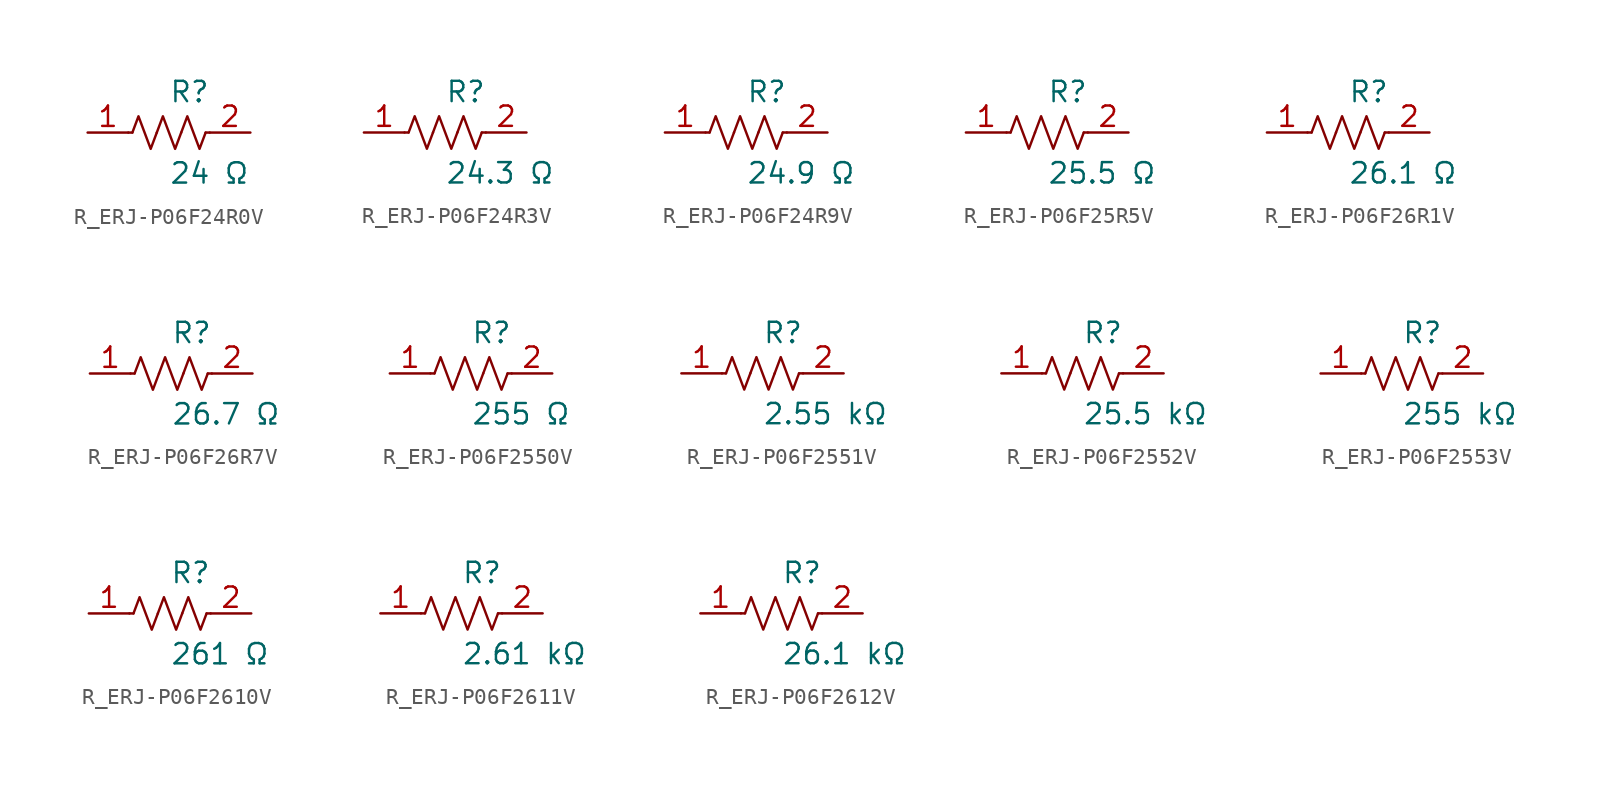
<source format=kicad_sym>
(kicad_symbol_lib
  (version 20231120)
  (generator kicad_symbol_editor)
  (generator_version 8.0)
  (symbol "R_ERJ-P06F24R0V"
    (pin_names
      (offset 0.254))
    (property "Reference" "R"
      (at 0.0 2.54 0)
      (effects (font (size 1.27 1.27)) (justify left)))
    (property "Value" "24 Ω"
      (at 0.0 -2.54 0)
      (effects (font (size 1.27 1.27)) (justify left)))
    (symbol "R_ERJ-P06F24R0V_0_1"
      (polyline (pts (xy 2.286 0) (xy 2.54 0)) (stroke (width 0) (type default)) (fill (type none)))
      (polyline (pts (xy -2.286 0) (xy -2.54 0)) (stroke (width 0) (type default)) (fill (type none)))
      (polyline (pts (xy 0.762 0) (xy 1.143 1.016) (xy 1.524 0) (xy 1.905 -1.016) (xy 2.286 0)) (stroke (width 0) (type default)) (fill (type none)))
      (polyline (pts (xy -0.762 0) (xy -0.381 1.016) (xy 0 0) (xy 0.381 -1.016) (xy 0.762 0)) (stroke (width 0) (type default)) (fill (type none)))
      (polyline (pts (xy -2.286 0) (xy -1.905 1.016) (xy -1.524 0) (xy -1.143 -1.016) (xy -0.762 0)) (stroke (width 0) (type default)) (fill (type none))))
    (pin unspecified line
      (at -5.08 0 0)
      (length 2.54)
      (name "" (effects (font (size 1.27 1.27))))
      (number "1" (effects (font (size 1.27 1.27)))))
    (pin unspecified line
      (at 5.08 0 180)
      (length 2.54)
      (name "" (effects (font (size 1.27 1.27))))
      (number "2" (effects (font (size 1.27 1.27))))))
  (symbol "R_ERJ-P06F24R3V"
    (pin_names
      (offset 0.254))
    (property "Reference" "R"
      (at 0.0 2.54 0)
      (effects (font (size 1.27 1.27)) (justify left)))
    (property "Value" "24.3 Ω"
      (at 0.0 -2.54 0)
      (effects (font (size 1.27 1.27)) (justify left)))
    (symbol "R_ERJ-P06F24R3V_0_1"
      (polyline (pts (xy 2.286 0) (xy 2.54 0)) (stroke (width 0) (type default)) (fill (type none)))
      (polyline (pts (xy -2.286 0) (xy -2.54 0)) (stroke (width 0) (type default)) (fill (type none)))
      (polyline (pts (xy 0.762 0) (xy 1.143 1.016) (xy 1.524 0) (xy 1.905 -1.016) (xy 2.286 0)) (stroke (width 0) (type default)) (fill (type none)))
      (polyline (pts (xy -0.762 0) (xy -0.381 1.016) (xy 0 0) (xy 0.381 -1.016) (xy 0.762 0)) (stroke (width 0) (type default)) (fill (type none)))
      (polyline (pts (xy -2.286 0) (xy -1.905 1.016) (xy -1.524 0) (xy -1.143 -1.016) (xy -0.762 0)) (stroke (width 0) (type default)) (fill (type none))))
    (pin unspecified line
      (at -5.08 0 0)
      (length 2.54)
      (name "" (effects (font (size 1.27 1.27))))
      (number "1" (effects (font (size 1.27 1.27)))))
    (pin unspecified line
      (at 5.08 0 180)
      (length 2.54)
      (name "" (effects (font (size 1.27 1.27))))
      (number "2" (effects (font (size 1.27 1.27))))))
  (symbol "R_ERJ-P06F24R9V"
    (pin_names
      (offset 0.254))
    (property "Reference" "R"
      (at 0.0 2.54 0)
      (effects (font (size 1.27 1.27)) (justify left)))
    (property "Value" "24.9 Ω"
      (at 0.0 -2.54 0)
      (effects (font (size 1.27 1.27)) (justify left)))
    (symbol "R_ERJ-P06F24R9V_0_1"
      (polyline (pts (xy 2.286 0) (xy 2.54 0)) (stroke (width 0) (type default)) (fill (type none)))
      (polyline (pts (xy -2.286 0) (xy -2.54 0)) (stroke (width 0) (type default)) (fill (type none)))
      (polyline (pts (xy 0.762 0) (xy 1.143 1.016) (xy 1.524 0) (xy 1.905 -1.016) (xy 2.286 0)) (stroke (width 0) (type default)) (fill (type none)))
      (polyline (pts (xy -0.762 0) (xy -0.381 1.016) (xy 0 0) (xy 0.381 -1.016) (xy 0.762 0)) (stroke (width 0) (type default)) (fill (type none)))
      (polyline (pts (xy -2.286 0) (xy -1.905 1.016) (xy -1.524 0) (xy -1.143 -1.016) (xy -0.762 0)) (stroke (width 0) (type default)) (fill (type none))))
    (pin unspecified line
      (at -5.08 0 0)
      (length 2.54)
      (name "" (effects (font (size 1.27 1.27))))
      (number "1" (effects (font (size 1.27 1.27)))))
    (pin unspecified line
      (at 5.08 0 180)
      (length 2.54)
      (name "" (effects (font (size 1.27 1.27))))
      (number "2" (effects (font (size 1.27 1.27))))))
  (symbol "R_ERJ-P06F25R5V"
    (pin_names
      (offset 0.254))
    (property "Reference" "R"
      (at 0.0 2.54 0)
      (effects (font (size 1.27 1.27)) (justify left)))
    (property "Value" "25.5 Ω"
      (at 0.0 -2.54 0)
      (effects (font (size 1.27 1.27)) (justify left)))
    (symbol "R_ERJ-P06F25R5V_0_1"
      (polyline (pts (xy 2.286 0) (xy 2.54 0)) (stroke (width 0) (type default)) (fill (type none)))
      (polyline (pts (xy -2.286 0) (xy -2.54 0)) (stroke (width 0) (type default)) (fill (type none)))
      (polyline (pts (xy 0.762 0) (xy 1.143 1.016) (xy 1.524 0) (xy 1.905 -1.016) (xy 2.286 0)) (stroke (width 0) (type default)) (fill (type none)))
      (polyline (pts (xy -0.762 0) (xy -0.381 1.016) (xy 0 0) (xy 0.381 -1.016) (xy 0.762 0)) (stroke (width 0) (type default)) (fill (type none)))
      (polyline (pts (xy -2.286 0) (xy -1.905 1.016) (xy -1.524 0) (xy -1.143 -1.016) (xy -0.762 0)) (stroke (width 0) (type default)) (fill (type none))))
    (pin unspecified line
      (at -5.08 0 0)
      (length 2.54)
      (name "" (effects (font (size 1.27 1.27))))
      (number "1" (effects (font (size 1.27 1.27)))))
    (pin unspecified line
      (at 5.08 0 180)
      (length 2.54)
      (name "" (effects (font (size 1.27 1.27))))
      (number "2" (effects (font (size 1.27 1.27))))))
  (symbol "R_ERJ-P06F26R1V"
    (pin_names
      (offset 0.254))
    (property "Reference" "R"
      (at 0.0 2.54 0)
      (effects (font (size 1.27 1.27)) (justify left)))
    (property "Value" "26.1 Ω"
      (at 0.0 -2.54 0)
      (effects (font (size 1.27 1.27)) (justify left)))
    (symbol "R_ERJ-P06F26R1V_0_1"
      (polyline (pts (xy 2.286 0) (xy 2.54 0)) (stroke (width 0) (type default)) (fill (type none)))
      (polyline (pts (xy -2.286 0) (xy -2.54 0)) (stroke (width 0) (type default)) (fill (type none)))
      (polyline (pts (xy 0.762 0) (xy 1.143 1.016) (xy 1.524 0) (xy 1.905 -1.016) (xy 2.286 0)) (stroke (width 0) (type default)) (fill (type none)))
      (polyline (pts (xy -0.762 0) (xy -0.381 1.016) (xy 0 0) (xy 0.381 -1.016) (xy 0.762 0)) (stroke (width 0) (type default)) (fill (type none)))
      (polyline (pts (xy -2.286 0) (xy -1.905 1.016) (xy -1.524 0) (xy -1.143 -1.016) (xy -0.762 0)) (stroke (width 0) (type default)) (fill (type none))))
    (pin unspecified line
      (at -5.08 0 0)
      (length 2.54)
      (name "" (effects (font (size 1.27 1.27))))
      (number "1" (effects (font (size 1.27 1.27)))))
    (pin unspecified line
      (at 5.08 0 180)
      (length 2.54)
      (name "" (effects (font (size 1.27 1.27))))
      (number "2" (effects (font (size 1.27 1.27))))))
  (symbol "R_ERJ-P06F26R7V"
    (pin_names
      (offset 0.254))
    (property "Reference" "R"
      (at 0.0 2.54 0)
      (effects (font (size 1.27 1.27)) (justify left)))
    (property "Value" "26.7 Ω"
      (at 0.0 -2.54 0)
      (effects (font (size 1.27 1.27)) (justify left)))
    (symbol "R_ERJ-P06F26R7V_0_1"
      (polyline (pts (xy 2.286 0) (xy 2.54 0)) (stroke (width 0) (type default)) (fill (type none)))
      (polyline (pts (xy -2.286 0) (xy -2.54 0)) (stroke (width 0) (type default)) (fill (type none)))
      (polyline (pts (xy 0.762 0) (xy 1.143 1.016) (xy 1.524 0) (xy 1.905 -1.016) (xy 2.286 0)) (stroke (width 0) (type default)) (fill (type none)))
      (polyline (pts (xy -0.762 0) (xy -0.381 1.016) (xy 0 0) (xy 0.381 -1.016) (xy 0.762 0)) (stroke (width 0) (type default)) (fill (type none)))
      (polyline (pts (xy -2.286 0) (xy -1.905 1.016) (xy -1.524 0) (xy -1.143 -1.016) (xy -0.762 0)) (stroke (width 0) (type default)) (fill (type none))))
    (pin unspecified line
      (at -5.08 0 0)
      (length 2.54)
      (name "" (effects (font (size 1.27 1.27))))
      (number "1" (effects (font (size 1.27 1.27)))))
    (pin unspecified line
      (at 5.08 0 180)
      (length 2.54)
      (name "" (effects (font (size 1.27 1.27))))
      (number "2" (effects (font (size 1.27 1.27))))))
  (symbol "R_ERJ-P06F2550V"
    (pin_names
      (offset 0.254))
    (property "Reference" "R"
      (at 0.0 2.54 0)
      (effects (font (size 1.27 1.27)) (justify left)))
    (property "Value" "255 Ω"
      (at 0.0 -2.54 0)
      (effects (font (size 1.27 1.27)) (justify left)))
    (symbol "R_ERJ-P06F2550V_0_1"
      (polyline (pts (xy 2.286 0) (xy 2.54 0)) (stroke (width 0) (type default)) (fill (type none)))
      (polyline (pts (xy -2.286 0) (xy -2.54 0)) (stroke (width 0) (type default)) (fill (type none)))
      (polyline (pts (xy 0.762 0) (xy 1.143 1.016) (xy 1.524 0) (xy 1.905 -1.016) (xy 2.286 0)) (stroke (width 0) (type default)) (fill (type none)))
      (polyline (pts (xy -0.762 0) (xy -0.381 1.016) (xy 0 0) (xy 0.381 -1.016) (xy 0.762 0)) (stroke (width 0) (type default)) (fill (type none)))
      (polyline (pts (xy -2.286 0) (xy -1.905 1.016) (xy -1.524 0) (xy -1.143 -1.016) (xy -0.762 0)) (stroke (width 0) (type default)) (fill (type none))))
    (pin unspecified line
      (at -5.08 0 0)
      (length 2.54)
      (name "" (effects (font (size 1.27 1.27))))
      (number "1" (effects (font (size 1.27 1.27)))))
    (pin unspecified line
      (at 5.08 0 180)
      (length 2.54)
      (name "" (effects (font (size 1.27 1.27))))
      (number "2" (effects (font (size 1.27 1.27))))))
  (symbol "R_ERJ-P06F2551V"
    (pin_names
      (offset 0.254))
    (property "Reference" "R"
      (at 0.0 2.54 0)
      (effects (font (size 1.27 1.27)) (justify left)))
    (property "Value" "2.55 kΩ"
      (at 0.0 -2.54 0)
      (effects (font (size 1.27 1.27)) (justify left)))
    (symbol "R_ERJ-P06F2551V_0_1"
      (polyline (pts (xy 2.286 0) (xy 2.54 0)) (stroke (width 0) (type default)) (fill (type none)))
      (polyline (pts (xy -2.286 0) (xy -2.54 0)) (stroke (width 0) (type default)) (fill (type none)))
      (polyline (pts (xy 0.762 0) (xy 1.143 1.016) (xy 1.524 0) (xy 1.905 -1.016) (xy 2.286 0)) (stroke (width 0) (type default)) (fill (type none)))
      (polyline (pts (xy -0.762 0) (xy -0.381 1.016) (xy 0 0) (xy 0.381 -1.016) (xy 0.762 0)) (stroke (width 0) (type default)) (fill (type none)))
      (polyline (pts (xy -2.286 0) (xy -1.905 1.016) (xy -1.524 0) (xy -1.143 -1.016) (xy -0.762 0)) (stroke (width 0) (type default)) (fill (type none))))
    (pin unspecified line
      (at -5.08 0 0)
      (length 2.54)
      (name "" (effects (font (size 1.27 1.27))))
      (number "1" (effects (font (size 1.27 1.27)))))
    (pin unspecified line
      (at 5.08 0 180)
      (length 2.54)
      (name "" (effects (font (size 1.27 1.27))))
      (number "2" (effects (font (size 1.27 1.27))))))
  (symbol "R_ERJ-P06F2552V"
    (pin_names
      (offset 0.254))
    (property "Reference" "R"
      (at 0.0 2.54 0)
      (effects (font (size 1.27 1.27)) (justify left)))
    (property "Value" "25.5 kΩ"
      (at 0.0 -2.54 0)
      (effects (font (size 1.27 1.27)) (justify left)))
    (symbol "R_ERJ-P06F2552V_0_1"
      (polyline (pts (xy 2.286 0) (xy 2.54 0)) (stroke (width 0) (type default)) (fill (type none)))
      (polyline (pts (xy -2.286 0) (xy -2.54 0)) (stroke (width 0) (type default)) (fill (type none)))
      (polyline (pts (xy 0.762 0) (xy 1.143 1.016) (xy 1.524 0) (xy 1.905 -1.016) (xy 2.286 0)) (stroke (width 0) (type default)) (fill (type none)))
      (polyline (pts (xy -0.762 0) (xy -0.381 1.016) (xy 0 0) (xy 0.381 -1.016) (xy 0.762 0)) (stroke (width 0) (type default)) (fill (type none)))
      (polyline (pts (xy -2.286 0) (xy -1.905 1.016) (xy -1.524 0) (xy -1.143 -1.016) (xy -0.762 0)) (stroke (width 0) (type default)) (fill (type none))))
    (pin unspecified line
      (at -5.08 0 0)
      (length 2.54)
      (name "" (effects (font (size 1.27 1.27))))
      (number "1" (effects (font (size 1.27 1.27)))))
    (pin unspecified line
      (at 5.08 0 180)
      (length 2.54)
      (name "" (effects (font (size 1.27 1.27))))
      (number "2" (effects (font (size 1.27 1.27))))))
  (symbol "R_ERJ-P06F2553V"
    (pin_names
      (offset 0.254))
    (property "Reference" "R"
      (at 0.0 2.54 0)
      (effects (font (size 1.27 1.27)) (justify left)))
    (property "Value" "255 kΩ"
      (at 0.0 -2.54 0)
      (effects (font (size 1.27 1.27)) (justify left)))
    (symbol "R_ERJ-P06F2553V_0_1"
      (polyline (pts (xy 2.286 0) (xy 2.54 0)) (stroke (width 0) (type default)) (fill (type none)))
      (polyline (pts (xy -2.286 0) (xy -2.54 0)) (stroke (width 0) (type default)) (fill (type none)))
      (polyline (pts (xy 0.762 0) (xy 1.143 1.016) (xy 1.524 0) (xy 1.905 -1.016) (xy 2.286 0)) (stroke (width 0) (type default)) (fill (type none)))
      (polyline (pts (xy -0.762 0) (xy -0.381 1.016) (xy 0 0) (xy 0.381 -1.016) (xy 0.762 0)) (stroke (width 0) (type default)) (fill (type none)))
      (polyline (pts (xy -2.286 0) (xy -1.905 1.016) (xy -1.524 0) (xy -1.143 -1.016) (xy -0.762 0)) (stroke (width 0) (type default)) (fill (type none))))
    (pin unspecified line
      (at -5.08 0 0)
      (length 2.54)
      (name "" (effects (font (size 1.27 1.27))))
      (number "1" (effects (font (size 1.27 1.27)))))
    (pin unspecified line
      (at 5.08 0 180)
      (length 2.54)
      (name "" (effects (font (size 1.27 1.27))))
      (number "2" (effects (font (size 1.27 1.27))))))
  (symbol "R_ERJ-P06F2610V"
    (pin_names
      (offset 0.254))
    (property "Reference" "R"
      (at 0.0 2.54 0)
      (effects (font (size 1.27 1.27)) (justify left)))
    (property "Value" "261 Ω"
      (at 0.0 -2.54 0)
      (effects (font (size 1.27 1.27)) (justify left)))
    (symbol "R_ERJ-P06F2610V_0_1"
      (polyline (pts (xy 2.286 0) (xy 2.54 0)) (stroke (width 0) (type default)) (fill (type none)))
      (polyline (pts (xy -2.286 0) (xy -2.54 0)) (stroke (width 0) (type default)) (fill (type none)))
      (polyline (pts (xy 0.762 0) (xy 1.143 1.016) (xy 1.524 0) (xy 1.905 -1.016) (xy 2.286 0)) (stroke (width 0) (type default)) (fill (type none)))
      (polyline (pts (xy -0.762 0) (xy -0.381 1.016) (xy 0 0) (xy 0.381 -1.016) (xy 0.762 0)) (stroke (width 0) (type default)) (fill (type none)))
      (polyline (pts (xy -2.286 0) (xy -1.905 1.016) (xy -1.524 0) (xy -1.143 -1.016) (xy -0.762 0)) (stroke (width 0) (type default)) (fill (type none))))
    (pin unspecified line
      (at -5.08 0 0)
      (length 2.54)
      (name "" (effects (font (size 1.27 1.27))))
      (number "1" (effects (font (size 1.27 1.27)))))
    (pin unspecified line
      (at 5.08 0 180)
      (length 2.54)
      (name "" (effects (font (size 1.27 1.27))))
      (number "2" (effects (font (size 1.27 1.27))))))
  (symbol "R_ERJ-P06F2611V"
    (pin_names
      (offset 0.254))
    (property "Reference" "R"
      (at 0.0 2.54 0)
      (effects (font (size 1.27 1.27)) (justify left)))
    (property "Value" "2.61 kΩ"
      (at 0.0 -2.54 0)
      (effects (font (size 1.27 1.27)) (justify left)))
    (symbol "R_ERJ-P06F2611V_0_1"
      (polyline (pts (xy 2.286 0) (xy 2.54 0)) (stroke (width 0) (type default)) (fill (type none)))
      (polyline (pts (xy -2.286 0) (xy -2.54 0)) (stroke (width 0) (type default)) (fill (type none)))
      (polyline (pts (xy 0.762 0) (xy 1.143 1.016) (xy 1.524 0) (xy 1.905 -1.016) (xy 2.286 0)) (stroke (width 0) (type default)) (fill (type none)))
      (polyline (pts (xy -0.762 0) (xy -0.381 1.016) (xy 0 0) (xy 0.381 -1.016) (xy 0.762 0)) (stroke (width 0) (type default)) (fill (type none)))
      (polyline (pts (xy -2.286 0) (xy -1.905 1.016) (xy -1.524 0) (xy -1.143 -1.016) (xy -0.762 0)) (stroke (width 0) (type default)) (fill (type none))))
    (pin unspecified line
      (at -5.08 0 0)
      (length 2.54)
      (name "" (effects (font (size 1.27 1.27))))
      (number "1" (effects (font (size 1.27 1.27)))))
    (pin unspecified line
      (at 5.08 0 180)
      (length 2.54)
      (name "" (effects (font (size 1.27 1.27))))
      (number "2" (effects (font (size 1.27 1.27))))))
  (symbol "R_ERJ-P06F2612V"
    (pin_names
      (offset 0.254))
    (property "Reference" "R"
      (at 0.0 2.54 0)
      (effects (font (size 1.27 1.27)) (justify left)))
    (property "Value" "26.1 kΩ"
      (at 0.0 -2.54 0)
      (effects (font (size 1.27 1.27)) (justify left)))
    (symbol "R_ERJ-P06F2612V_0_1"
      (polyline (pts (xy 2.286 0) (xy 2.54 0)) (stroke (width 0) (type default)) (fill (type none)))
      (polyline (pts (xy -2.286 0) (xy -2.54 0)) (stroke (width 0) (type default)) (fill (type none)))
      (polyline (pts (xy 0.762 0) (xy 1.143 1.016) (xy 1.524 0) (xy 1.905 -1.016) (xy 2.286 0)) (stroke (width 0) (type default)) (fill (type none)))
      (polyline (pts (xy -0.762 0) (xy -0.381 1.016) (xy 0 0) (xy 0.381 -1.016) (xy 0.762 0)) (stroke (width 0) (type default)) (fill (type none)))
      (polyline (pts (xy -2.286 0) (xy -1.905 1.016) (xy -1.524 0) (xy -1.143 -1.016) (xy -0.762 0)) (stroke (width 0) (type default)) (fill (type none))))
    (pin unspecified line
      (at -5.08 0 0)
      (length 2.54)
      (name "" (effects (font (size 1.27 1.27))))
      (number "1" (effects (font (size 1.27 1.27)))))
    (pin unspecified line
      (at 5.08 0 180)
      (length 2.54)
      (name "" (effects (font (size 1.27 1.27))))
      (number "2" (effects (font (size 1.27 1.27)))))))
</source>
